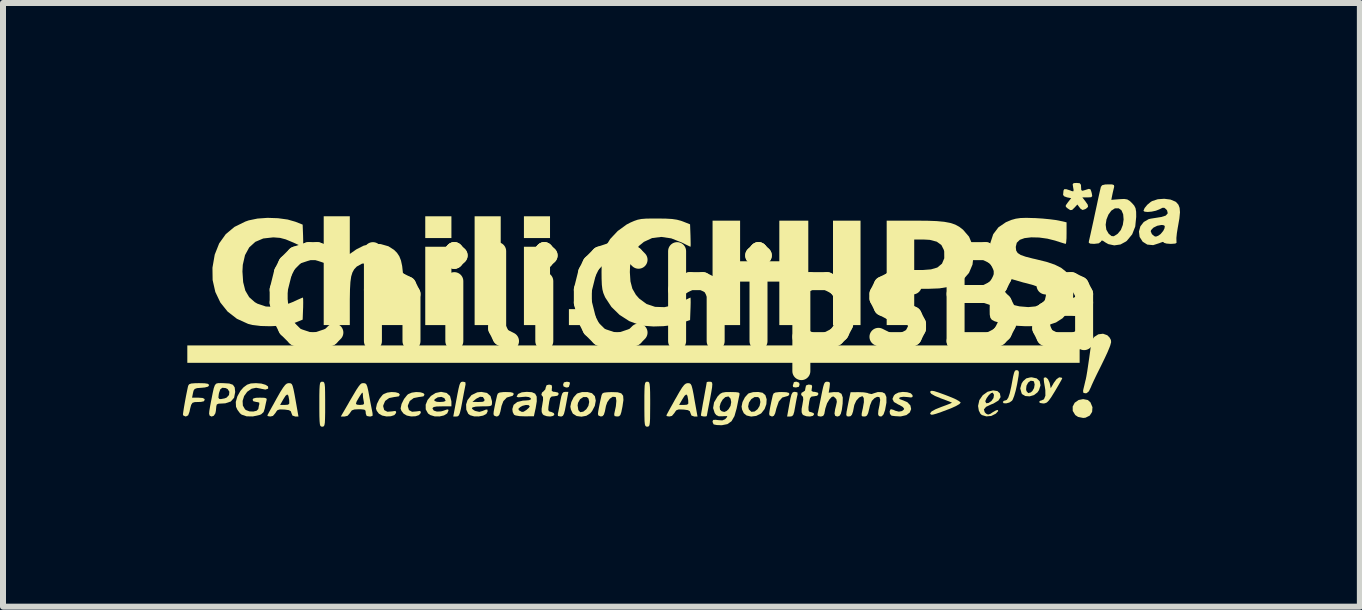
<source format=kicad_pcb>
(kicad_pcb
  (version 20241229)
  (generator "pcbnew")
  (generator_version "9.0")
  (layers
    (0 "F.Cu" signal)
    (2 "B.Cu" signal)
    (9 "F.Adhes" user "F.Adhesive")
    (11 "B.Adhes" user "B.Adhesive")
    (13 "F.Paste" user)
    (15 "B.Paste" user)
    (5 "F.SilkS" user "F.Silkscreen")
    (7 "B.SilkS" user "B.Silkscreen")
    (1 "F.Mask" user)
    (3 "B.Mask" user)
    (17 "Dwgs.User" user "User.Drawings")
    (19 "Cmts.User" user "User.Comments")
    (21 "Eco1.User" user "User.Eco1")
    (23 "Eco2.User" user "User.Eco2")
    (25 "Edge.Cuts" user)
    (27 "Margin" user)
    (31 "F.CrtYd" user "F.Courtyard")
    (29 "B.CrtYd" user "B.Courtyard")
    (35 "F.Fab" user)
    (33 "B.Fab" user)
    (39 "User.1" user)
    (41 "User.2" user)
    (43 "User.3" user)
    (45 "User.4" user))
  (footprint "ChiliChipsBa"
    (layer "F.Cu")
    (at 8.346 1.959)
    (property "Reference" "ChiliChipsBa" (at 0 0 0) (layer "F.SilkS") (effects (font (size 1.5 1.5) (thickness 0.3))))
    (attr board_only exclude_from_pos_files exclude_from_bom)
    (fp_poly (pts (xy -3.87 -1.222) (xy -3.87 -1.04) (xy -4.088 -1.04) (xy -4.306 -1.04) (xy -4.306 -1.222) (xy -4.306 -1.403) (xy -4.088 -1.403) (xy -3.87 -1.403)) (stroke (width 0) (type solid)) (fill yes) (layer "F.SilkS"))
    (fp_poly (pts (xy -3.87 -0.242) (xy -3.87 0.411) (xy -4.088 0.411) (xy -4.306 0.411) (xy -4.306 -0.242) (xy -4.306 -0.895) (xy -4.088 -0.895) (xy -3.87 -0.895)) (stroke (width 0) (type solid)) (fill yes) (layer "F.SilkS"))
    (fp_poly (pts (xy -3.048 -0.496) (xy -3.048 0.411) (xy -3.266 0.411) (xy -3.483 0.411) (xy -3.483 -0.496) (xy -3.483 -1.403) (xy -3.266 -1.403) (xy -3.048 -1.403)) (stroke (width 0) (type solid)) (fill yes) (layer "F.SilkS"))
    (fp_poly (pts (xy -2.226 -1.222) (xy -2.226 -1.04) (xy -2.443 -1.04) (xy -2.661 -1.04) (xy -2.661 -1.222) (xy -2.661 -1.403) (xy -2.443 -1.403) (xy -2.226 -1.403)) (stroke (width 0) (type solid)) (fill yes) (layer "F.SilkS"))
    (fp_poly (pts (xy -2.226 -0.242) (xy -2.226 0.411) (xy -2.443 0.411) (xy -2.661 0.411) (xy -2.661 -0.242) (xy -2.661 -0.895) (xy -2.443 -0.895) (xy -2.226 -0.895)) (stroke (width 0) (type solid)) (fill yes) (layer "F.SilkS"))
    (fp_poly (pts (xy -1.645 0.278) (xy -1.645 0.411) (xy -1.778 0.411) (xy -1.911 0.411) (xy -1.911 0.278) (xy -1.911 0.145) (xy -1.778 0.145) (xy -1.645 0.145)) (stroke (width 0) (type solid)) (fill yes) (layer "F.SilkS"))
    (fp_poly (pts (xy 2.951 -0.46) (xy 2.951 0.411) (xy 2.721 0.411) (xy 2.492 0.411) (xy 2.492 -0.46) (xy 2.492 -1.33) (xy 2.721 -1.33) (xy 2.951 -1.33)) (stroke (width 0) (type solid)) (fill yes) (layer "F.SilkS"))
    (fp_poly (pts (xy 6.604 0.895) (xy 6.604 1.04) (xy -0.835 1.04) (xy -8.273 1.04) (xy -8.273 0.895) (xy -8.273 0.75) (xy -0.835 0.75) (xy 6.604 0.75)) (stroke (width 0) (type solid)) (fill yes) (layer "F.SilkS"))
    (fp_poly (pts (xy -1.9 1.362) (xy -1.894 1.388) (xy -1.896 1.393) (xy -1.909 1.431) (xy -1.911 1.441) (xy -1.931 1.45) (xy -1.959 1.451) (xy -2 1.434) (xy -2.008 1.403) (xy -1.994 1.366) (xy -1.947 1.355) (xy -1.945 1.355)) (stroke (width 0) (type solid)) (fill yes) (layer "F.SilkS"))
    (fp_poly (pts (xy 1.927 1.372) (xy 1.935 1.403) (xy 1.922 1.44) (xy 1.874 1.451) (xy 1.872 1.451) (xy 1.828 1.444) (xy 1.822 1.419) (xy 1.824 1.413) (xy 1.837 1.375) (xy 1.838 1.365) (xy 1.859 1.357) (xy 1.887 1.355)) (stroke (width 0) (type solid)) (fill yes) (layer "F.SilkS"))
    (fp_poly (pts (xy 6.74 1.66) (xy 6.784 1.699) (xy 6.818 1.78) (xy 6.812 1.858) (xy 6.772 1.92) (xy 6.702 1.955) (xy 6.663 1.959) (xy 6.578 1.942) (xy 6.531 1.911) (xy 6.489 1.842) (xy 6.488 1.769) (xy 6.522 1.705) (xy 6.586 1.66) (xy 6.663 1.645)) (stroke (width 0) (type solid)) (fill yes) (layer "F.SilkS"))
    (fp_poly (pts (xy -1.958 1.73) (xy -1.977 1.829) (xy -1.993 1.89) (xy -2.01 1.922) (xy -2.032 1.934) (xy -2.051 1.935) (xy -2.093 1.926) (xy -2.096 1.893) (xy -2.096 1.893) (xy -2.086 1.848) (xy -2.071 1.773) (xy -2.056 1.687) (xy -2.038 1.6) (xy -2.022 1.551) (xy -2.001 1.529) (xy -1.973 1.524) (xy -1.92 1.524)) (stroke (width 0) (type solid)) (fill yes) (layer "F.SilkS"))
    (fp_poly (pts (xy 1.899 1.533) (xy 1.902 1.565) (xy 1.902 1.566) (xy 1.891 1.611) (xy 1.876 1.687) (xy 1.861 1.772) (xy 1.845 1.859) (xy 1.829 1.909) (xy 1.808 1.93) (xy 1.78 1.935) (xy 1.727 1.935) (xy 1.764 1.73) (xy 1.783 1.63) (xy 1.799 1.569) (xy 1.816 1.537) (xy 1.839 1.525) (xy 1.858 1.524)) (stroke (width 0) (type solid)) (fill yes) (layer "F.SilkS"))
    (fp_poly (pts (xy -3.637 1.364) (xy -3.634 1.402) (xy -3.636 1.409) (xy -3.645 1.456) (xy -3.661 1.537) (xy -3.68 1.638) (xy -3.691 1.699) (xy -3.712 1.808) (xy -3.729 1.877) (xy -3.745 1.915) (xy -3.765 1.932) (xy -3.787 1.935) (xy -3.839 1.935) (xy -3.795 1.699) (xy -3.77 1.565) (xy -3.751 1.471) (xy -3.736 1.411) (xy -3.722 1.376) (xy -3.707 1.36) (xy -3.688 1.355) (xy -3.674 1.355)) (stroke (width 0) (type solid)) (fill yes) (layer "F.SilkS"))
    (fp_poly (pts (xy -2.883 1.53) (xy -2.841 1.541) (xy -2.83 1.561) (xy -2.85 1.591) (xy -2.873 1.597) (xy -2.947 1.619) (xy -3.004 1.679) (xy -3.034 1.759) (xy -3.053 1.851) (xy -3.07 1.904) (xy -3.092 1.929) (xy -3.122 1.935) (xy -3.161 1.918) (xy -3.168 1.893) (xy -3.165 1.854) (xy -3.153 1.789) (xy -3.133 1.691) (xy -3.108 1.581) (xy -3.095 1.551) (xy -3.065 1.535) (xy -3.005 1.528) (xy -2.964 1.527)) (stroke (width 0) (type solid)) (fill yes) (layer "F.SilkS"))
    (fp_poly (pts (xy 1.713 1.53) (xy 1.755 1.541) (xy 1.766 1.561) (xy 1.746 1.591) (xy 1.723 1.597) (xy 1.646 1.619) (xy 1.588 1.685) (xy 1.55 1.795) (xy 1.548 1.802) (xy 1.528 1.881) (xy 1.507 1.922) (xy 1.478 1.935) (xy 1.474 1.935) (xy 1.435 1.918) (xy 1.428 1.893) (xy 1.432 1.854) (xy 1.443 1.789) (xy 1.463 1.691) (xy 1.488 1.581) (xy 1.501 1.551) (xy 1.531 1.535) (xy 1.591 1.528) (xy 1.633 1.527)) (stroke (width 0) (type solid)) (fill yes) (layer "F.SilkS"))
    (fp_poly (pts (xy 0.943 -0.992) (xy 0.943 -0.653) (xy 1.27 -0.653) (xy 1.597 -0.653) (xy 1.597 -0.992) (xy 1.597 -1.33) (xy 1.838 -1.33) (xy 2.08 -1.33) (xy 2.08 -0.46) (xy 2.08 0.411) (xy 1.838 0.411) (xy 1.597 0.411) (xy 1.597 0.048) (xy 1.597 -0.314) (xy 1.27 -0.314) (xy 0.943 -0.314) (xy 0.943 0.048) (xy 0.943 0.411) (xy 0.714 0.411) (xy 0.484 0.411) (xy 0.484 -0.46) (xy 0.484 -1.33) (xy 0.714 -1.33) (xy 0.943 -1.33)) (stroke (width 0) (type solid)) (fill yes) (layer "F.SilkS"))
    (fp_poly (pts (xy 0.46 1.357) (xy 0.475 1.369) (xy 0.48 1.397) (xy 0.476 1.45) (xy 0.462 1.534) (xy 0.439 1.658) (xy 0.436 1.674) (xy 0.416 1.777) (xy 0.4 1.861) (xy 0.39 1.915) (xy 0.387 1.929) (xy 0.367 1.934) (xy 0.339 1.935) (xy 0.299 1.927) (xy 0.29 1.916) (xy 0.294 1.885) (xy 0.306 1.818) (xy 0.322 1.724) (xy 0.339 1.633) (xy 0.358 1.526) (xy 0.374 1.439) (xy 0.384 1.381) (xy 0.387 1.362) (xy 0.407 1.356) (xy 0.435 1.355)) (stroke (width 0) (type solid)) (fill yes) (layer "F.SilkS"))
    (fp_poly (pts (xy 5.57 1.165) (xy 5.585 1.175) (xy 5.591 1.203) (xy 5.586 1.256) (xy 5.571 1.344) (xy 5.561 1.4) (xy 5.538 1.504) (xy 5.512 1.594) (xy 5.487 1.656) (xy 5.476 1.672) (xy 5.433 1.702) (xy 5.381 1.716) (xy 5.338 1.714) (xy 5.322 1.693) (xy 5.342 1.672) (xy 5.359 1.669) (xy 5.389 1.658) (xy 5.415 1.619) (xy 5.439 1.547) (xy 5.464 1.436) (xy 5.476 1.371) (xy 5.495 1.269) (xy 5.511 1.205) (xy 5.526 1.172) (xy 5.546 1.162)) (stroke (width 0) (type solid)) (fill yes) (layer "F.SilkS"))
    (fp_poly (pts (xy -6.005 1.357) (xy -5.992 1.369) (xy -5.983 1.397) (xy -5.978 1.448) (xy -5.976 1.53) (xy -5.975 1.65) (xy -5.975 1.73) (xy -5.975 1.872) (xy -5.977 1.973) (xy -5.98 2.039) (xy -5.987 2.079) (xy -5.998 2.098) (xy -6.013 2.104) (xy -6.023 2.105) (xy -6.042 2.102) (xy -6.055 2.091) (xy -6.063 2.063) (xy -6.068 2.011) (xy -6.071 1.929) (xy -6.072 1.809) (xy -6.072 1.73) (xy -6.072 1.588) (xy -6.07 1.487) (xy -6.066 1.42) (xy -6.06 1.381) (xy -6.049 1.361) (xy -6.034 1.355) (xy -6.023 1.355)) (stroke (width 0) (type solid)) (fill yes) (layer "F.SilkS"))
    (fp_poly (pts (xy -0.586 1.357) (xy -0.573 1.369) (xy -0.565 1.397) (xy -0.56 1.448) (xy -0.557 1.53) (xy -0.556 1.65) (xy -0.556 1.73) (xy -0.557 1.872) (xy -0.558 1.973) (xy -0.562 2.039) (xy -0.568 2.079) (xy -0.579 2.098) (xy -0.595 2.104) (xy -0.605 2.105) (xy -0.623 2.102) (xy -0.636 2.091) (xy -0.645 2.063) (xy -0.65 2.011) (xy -0.652 1.929) (xy -0.653 1.809) (xy -0.653 1.73) (xy -0.653 1.588) (xy -0.651 1.487) (xy -0.648 1.42) (xy -0.641 1.381) (xy -0.63 1.361) (xy -0.615 1.355) (xy -0.605 1.355)) (stroke (width 0) (type solid)) (fill yes) (layer "F.SilkS"))
    (fp_poly (pts (xy -4.8 1.531) (xy -4.749 1.546) (xy -4.729 1.572) (xy -4.747 1.599) (xy -4.804 1.608) (xy -4.817 1.609) (xy -4.909 1.627) (xy -4.975 1.676) (xy -5.006 1.749) (xy -5.007 1.768) (xy -4.99 1.828) (xy -4.937 1.856) (xy -4.853 1.849) (xy -4.85 1.848) (xy -4.804 1.842) (xy -4.791 1.859) (xy -4.794 1.878) (xy -4.822 1.912) (xy -4.88 1.931) (xy -4.953 1.934) (xy -5.025 1.919) (xy -5.079 1.888) (xy -5.115 1.84) (xy -5.128 1.801) (xy -5.112 1.726) (xy -5.071 1.643) (xy -5.019 1.576) (xy -4.999 1.561) (xy -4.941 1.537) (xy -4.87 1.527)) (stroke (width 0) (type solid)) (fill yes) (layer "F.SilkS"))
    (fp_poly (pts (xy -4.389 1.531) (xy -4.337 1.546) (xy -4.318 1.572) (xy -4.336 1.599) (xy -4.392 1.608) (xy -4.406 1.609) (xy -4.498 1.627) (xy -4.564 1.676) (xy -4.595 1.749) (xy -4.596 1.768) (xy -4.578 1.828) (xy -4.526 1.856) (xy -4.442 1.849) (xy -4.439 1.848) (xy -4.393 1.842) (xy -4.38 1.859) (xy -4.382 1.878) (xy -4.411 1.912) (xy -4.469 1.931) (xy -4.542 1.934) (xy -4.614 1.919) (xy -4.667 1.888) (xy -4.704 1.84) (xy -4.717 1.801) (xy -4.701 1.726) (xy -4.66 1.643) (xy -4.607 1.576) (xy -4.588 1.561) (xy -4.53 1.537) (xy -4.458 1.527)) (stroke (width 0) (type solid)) (fill yes) (layer "F.SilkS"))
    (fp_poly (pts (xy 5.889 1.3) (xy 5.938 1.347) (xy 5.952 1.415) (xy 5.926 1.496) (xy 5.901 1.533) (xy 5.843 1.578) (xy 5.77 1.599) (xy 5.699 1.594) (xy 5.646 1.563) (xy 5.637 1.55) (xy 5.618 1.482) (xy 5.711 1.482) (xy 5.718 1.512) (xy 5.747 1.545) (xy 5.79 1.533) (xy 5.816 1.51) (xy 5.844 1.461) (xy 5.854 1.402) (xy 5.843 1.355) (xy 5.832 1.344) (xy 5.787 1.339) (xy 5.746 1.369) (xy 5.718 1.421) (xy 5.711 1.482) (xy 5.618 1.482) (xy 5.614 1.466) (xy 5.637 1.384) (xy 5.662 1.346) (xy 5.713 1.3) (xy 5.78 1.283) (xy 5.807 1.282)) (stroke (width 0) (type solid)) (fill yes) (layer "F.SilkS"))
    (fp_poly (pts (xy 6.307 1.289) (xy 6.314 1.297) (xy 6.302 1.323) (xy 6.27 1.38) (xy 6.224 1.459) (xy 6.191 1.515) (xy 6.133 1.609) (xy 6.09 1.669) (xy 6.057 1.702) (xy 6.024 1.715) (xy 5.998 1.718) (xy 5.947 1.71) (xy 5.927 1.693) (xy 5.946 1.672) (xy 5.962 1.669) (xy 6.009 1.648) (xy 6.033 1.589) (xy 6.032 1.495) (xy 6.023 1.436) (xy 6.01 1.361) (xy 6.005 1.307) (xy 6.008 1.289) (xy 6.041 1.282) (xy 6.076 1.312) (xy 6.102 1.369) (xy 6.106 1.383) (xy 6.122 1.464) (xy 6.174 1.373) (xy 6.218 1.314) (xy 6.26 1.284) (xy 6.27 1.282)) (stroke (width 0) (type solid)) (fill yes) (layer "F.SilkS"))
    (fp_poly (pts (xy 1.318 1.539) (xy 1.365 1.58) (xy 1.386 1.648) (xy 1.381 1.729) (xy 1.352 1.81) (xy 1.3 1.877) (xy 1.29 1.886) (xy 1.212 1.925) (xy 1.127 1.936) (xy 1.051 1.918) (xy 1.005 1.881) (xy 0.976 1.819) (xy 0.968 1.771) (xy 0.968 1.767) (xy 1.077 1.767) (xy 1.089 1.816) (xy 1.131 1.857) (xy 1.184 1.852) (xy 1.234 1.814) (xy 1.268 1.759) (xy 1.281 1.694) (xy 1.271 1.638) (xy 1.244 1.611) (xy 1.184 1.611) (xy 1.13 1.645) (xy 1.091 1.702) (xy 1.077 1.767) (xy 0.968 1.767) (xy 0.983 1.694) (xy 1.023 1.615) (xy 1.074 1.558) (xy 1.087 1.549) (xy 1.159 1.529) (xy 1.246 1.526)) (stroke (width 0) (type solid)) (fill yes) (layer "F.SilkS"))
    (fp_poly (pts (xy 4.179 1.512) (xy 4.249 1.534) (xy 4.354 1.572) (xy 4.424 1.599) (xy 4.514 1.636) (xy 4.581 1.671) (xy 4.617 1.698) (xy 4.62 1.705) (xy 4.599 1.728) (xy 4.542 1.761) (xy 4.46 1.798) (xy 4.424 1.812) (xy 4.299 1.859) (xy 4.212 1.889) (xy 4.157 1.904) (xy 4.126 1.904) (xy 4.114 1.891) (xy 4.112 1.88) (xy 4.135 1.851) (xy 4.202 1.814) (xy 4.294 1.777) (xy 4.378 1.746) (xy 4.442 1.721) (xy 4.473 1.707) (xy 4.475 1.705) (xy 4.454 1.695) (xy 4.399 1.673) (xy 4.319 1.643) (xy 4.294 1.634) (xy 4.192 1.592) (xy 4.13 1.556) (xy 4.112 1.531) (xy 4.118 1.512) (xy 4.138 1.506)) (stroke (width 0) (type solid)) (fill yes) (layer "F.SilkS"))
    (fp_poly (pts (xy -1.528 1.546) (xy -1.525 1.548) (xy -1.478 1.597) (xy -1.463 1.671) (xy -1.479 1.757) (xy -1.524 1.844) (xy -1.554 1.881) (xy -1.62 1.923) (xy -1.702 1.938) (xy -1.782 1.927) (xy -1.842 1.89) (xy -1.849 1.881) (xy -1.878 1.819) (xy -1.887 1.771) (xy -1.883 1.75) (xy -1.766 1.75) (xy -1.754 1.828) (xy -1.722 1.863) (xy -1.671 1.854) (xy -1.621 1.814) (xy -1.586 1.758) (xy -1.573 1.693) (xy -1.584 1.637) (xy -1.612 1.611) (xy -1.671 1.611) (xy -1.725 1.647) (xy -1.759 1.707) (xy -1.766 1.75) (xy -1.883 1.75) (xy -1.871 1.694) (xy -1.832 1.615) (xy -1.781 1.558) (xy -1.767 1.549) (xy -1.693 1.528) (xy -1.603 1.527)) (stroke (width 0) (type solid)) (fill yes) (layer "F.SilkS"))
    (fp_poly (pts (xy 7.065 0.58) (xy 7.102 0.617) (xy 7.125 0.658) (xy 7.129 0.695) (xy 7.115 0.748) (xy 7.099 0.791) (xy 7.069 0.863) (xy 7.023 0.962) (xy 6.97 1.071) (xy 6.944 1.124) (xy 6.891 1.23) (xy 6.842 1.332) (xy 6.804 1.415) (xy 6.792 1.445) (xy 6.758 1.515) (xy 6.722 1.545) (xy 6.702 1.548) (xy 6.667 1.541) (xy 6.661 1.509) (xy 6.666 1.482) (xy 6.683 1.412) (xy 6.702 1.331) (xy 6.705 1.322) (xy 6.716 1.268) (xy 6.731 1.18) (xy 6.747 1.072) (xy 6.764 0.956) (xy 6.779 0.847) (xy 6.791 0.756) (xy 6.797 0.696) (xy 6.797 0.688) (xy 6.813 0.653) (xy 6.847 0.609) (xy 6.915 0.565) (xy 6.994 0.555)) (stroke (width 0) (type solid)) (fill yes) (layer "F.SilkS"))
    (fp_poly (pts (xy -1.1 1.531) (xy -1.038 1.549) (xy -1.007 1.589) (xy -1.002 1.66) (xy -1.018 1.768) (xy -1.02 1.778) (xy -1.037 1.862) (xy -1.053 1.91) (xy -1.075 1.931) (xy -1.107 1.935) (xy -1.107 1.935) (xy -1.15 1.928) (xy -1.156 1.896) (xy -1.153 1.881) (xy -1.128 1.764) (xy -1.12 1.675) (xy -1.127 1.621) (xy -1.135 1.61) (xy -1.181 1.606) (xy -1.23 1.639) (xy -1.271 1.696) (xy -1.293 1.758) (xy -1.311 1.85) (xy -1.328 1.904) (xy -1.35 1.929) (xy -1.38 1.935) (xy -1.38 1.935) (xy -1.42 1.918) (xy -1.427 1.893) (xy -1.423 1.855) (xy -1.412 1.793) (xy -1.393 1.698) (xy -1.367 1.582) (xy -1.355 1.554) (xy -1.328 1.538) (xy -1.274 1.531) (xy -1.198 1.528)) (stroke (width 0) (type solid)) (fill yes) (layer "F.SilkS"))
    (fp_poly (pts (xy -2.2 1.411) (xy -2.192 1.444) (xy -2.195 1.464) (xy -2.197 1.508) (xy -2.169 1.523) (xy -2.144 1.524) (xy -2.093 1.536) (xy -2.08 1.56) (xy -2.102 1.589) (xy -2.152 1.597) (xy -2.2 1.602) (xy -2.225 1.629) (xy -2.239 1.687) (xy -2.252 1.773) (xy -2.255 1.823) (xy -2.245 1.847) (xy -2.22 1.856) (xy -2.207 1.858) (xy -2.165 1.877) (xy -2.153 1.901) (xy -2.173 1.925) (xy -2.221 1.935) (xy -2.28 1.93) (xy -2.331 1.912) (xy -2.348 1.897) (xy -2.365 1.861) (xy -2.366 1.807) (xy -2.354 1.734) (xy -2.342 1.66) (xy -2.343 1.612) (xy -2.349 1.601) (xy -2.37 1.574) (xy -2.36 1.536) (xy -2.334 1.515) (xy -2.304 1.482) (xy -2.298 1.452) (xy -2.283 1.413) (xy -2.241 1.403)) (stroke (width 0) (type solid)) (fill yes) (layer "F.SilkS"))
    (fp_poly (pts (xy 2.136 1.409) (xy 2.144 1.439) (xy 2.139 1.464) (xy 2.134 1.508) (xy 2.16 1.523) (xy 2.187 1.524) (xy 2.237 1.536) (xy 2.25 1.56) (xy 2.228 1.589) (xy 2.18 1.597) (xy 2.133 1.603) (xy 2.109 1.63) (xy 2.096 1.687) (xy 2.083 1.778) (xy 2.084 1.832) (xy 2.099 1.857) (xy 2.129 1.863) (xy 2.168 1.878) (xy 2.177 1.899) (xy 2.157 1.924) (xy 2.109 1.935) (xy 2.05 1.931) (xy 2 1.913) (xy 1.984 1.9) (xy 1.969 1.865) (xy 1.969 1.808) (xy 1.982 1.737) (xy 1.996 1.652) (xy 1.992 1.608) (xy 1.985 1.601) (xy 1.961 1.575) (xy 1.966 1.541) (xy 1.996 1.524) (xy 2.025 1.503) (xy 2.032 1.464) (xy 2.042 1.418) (xy 2.081 1.403) (xy 2.093 1.403)) (stroke (width 0) (type solid)) (fill yes) (layer "F.SilkS"))
    (fp_poly (pts (xy -7.986 1.381) (xy -7.933 1.389) (xy -7.912 1.405) (xy -7.91 1.414) (xy -7.927 1.437) (xy -7.981 1.451) (xy -8.036 1.456) (xy -8.111 1.462) (xy -8.15 1.476) (xy -8.169 1.504) (xy -8.178 1.542) (xy -8.194 1.621) (xy -8.089 1.621) (xy -8.018 1.626) (xy -7.987 1.643) (xy -7.983 1.657) (xy -7.997 1.681) (xy -8.046 1.692) (xy -8.09 1.693) (xy -8.15 1.695) (xy -8.187 1.707) (xy -8.209 1.741) (xy -8.226 1.805) (xy -8.237 1.857) (xy -8.259 1.916) (xy -8.297 1.935) (xy -8.299 1.935) (xy -8.337 1.921) (xy -8.346 1.902) (xy -8.341 1.862) (xy -8.33 1.79) (xy -8.314 1.698) (xy -8.296 1.6) (xy -8.278 1.511) (xy -8.264 1.444) (xy -8.258 1.421) (xy -8.243 1.398) (xy -8.208 1.385) (xy -8.143 1.38) (xy -8.078 1.379)) (stroke (width 0) (type solid)) (fill yes) (layer "F.SilkS"))
    (fp_poly (pts (xy -5.564 -1.089) (xy -5.564 -0.775) (xy -5.456 -0.851) (xy -5.331 -0.914) (xy -5.191 -0.944) (xy -5.05 -0.94) (xy -4.92 -0.903) (xy -4.826 -0.843) (xy -4.777 -0.794) (xy -4.739 -0.737) (xy -4.711 -0.666) (xy -4.691 -0.574) (xy -4.678 -0.456) (xy -4.671 -0.304) (xy -4.669 -0.112) (xy -4.669 -0.056) (xy -4.669 0.411) (xy -4.884 0.411) (xy -5.099 0.411) (xy -5.108 -0.051) (xy -5.116 -0.512) (xy -5.187 -0.573) (xy -5.27 -0.617) (xy -5.359 -0.614) (xy -5.446 -0.566) (xy -5.451 -0.562) (xy -5.491 -0.519) (xy -5.52 -0.467) (xy -5.541 -0.399) (xy -5.554 -0.306) (xy -5.561 -0.182) (xy -5.564 -0.018) (xy -5.564 0.023) (xy -5.564 0.411) (xy -5.782 0.411) (xy -5.999 0.411) (xy -5.999 -0.496) (xy -5.999 -1.403) (xy -5.782 -1.403) (xy -5.564 -1.403)) (stroke (width 0) (type solid)) (fill yes) (layer "F.SilkS"))
    (fp_poly (pts (xy 3.728 1.53) (xy 3.788 1.548) (xy 3.818 1.579) (xy 3.818 1.581) (xy 3.818 1.609) (xy 3.794 1.618) (xy 3.734 1.611) (xy 3.734 1.611) (xy 3.666 1.606) (xy 3.617 1.613) (xy 3.593 1.627) (xy 3.604 1.645) (xy 3.642 1.659) (xy 3.731 1.696) (xy 3.782 1.75) (xy 3.795 1.811) (xy 3.772 1.868) (xy 3.715 1.912) (xy 3.625 1.933) (xy 3.598 1.933) (xy 3.527 1.929) (xy 3.474 1.922) (xy 3.465 1.919) (xy 3.442 1.892) (xy 3.436 1.851) (xy 3.448 1.819) (xy 3.461 1.814) (xy 3.502 1.825) (xy 3.534 1.84) (xy 3.59 1.854) (xy 3.643 1.844) (xy 3.675 1.817) (xy 3.677 1.804) (xy 3.656 1.777) (xy 3.605 1.746) (xy 3.58 1.735) (xy 3.508 1.693) (xy 3.483 1.643) (xy 3.506 1.587) (xy 3.529 1.563) (xy 3.583 1.536) (xy 3.654 1.525)) (stroke (width 0) (type solid)) (fill yes) (layer "F.SilkS"))
    (fp_poly (pts (xy -3.277 1.542) (xy -3.218 1.594) (xy -3.194 1.679) (xy -3.193 1.699) (xy -3.195 1.734) (xy -3.207 1.754) (xy -3.241 1.763) (xy -3.307 1.766) (xy -3.362 1.766) (xy -3.463 1.77) (xy -3.519 1.783) (xy -3.528 1.805) (xy -3.491 1.833) (xy -3.471 1.843) (xy -3.404 1.858) (xy -3.349 1.842) (xy -3.295 1.82) (xy -3.271 1.819) (xy -3.266 1.843) (xy -3.266 1.85) (xy -3.287 1.891) (xy -3.341 1.92) (xy -3.414 1.934) (xy -3.491 1.933) (xy -3.557 1.914) (xy -3.589 1.891) (xy -3.622 1.821) (xy -3.625 1.734) (xy -3.611 1.692) (xy -3.52 1.692) (xy -3.415 1.693) (xy -3.349 1.69) (xy -3.321 1.677) (xy -3.319 1.651) (xy -3.345 1.61) (xy -3.393 1.606) (xy -3.455 1.638) (xy -3.461 1.643) (xy -3.52 1.692) (xy -3.611 1.692) (xy -3.602 1.662) (xy -3.534 1.577) (xy -3.439 1.532) (xy -3.37 1.525)) (stroke (width 0) (type solid)) (fill yes) (layer "F.SilkS"))
    (fp_poly (pts (xy 4.057 -1.329) (xy 4.219 -1.323) (xy 4.347 -1.311) (xy 4.448 -1.292) (xy 4.529 -1.265) (xy 4.597 -1.228) (xy 4.659 -1.18) (xy 4.661 -1.178) (xy 4.76 -1.063) (xy 4.818 -0.924) (xy 4.837 -0.762) (xy 4.818 -0.598) (xy 4.759 -0.459) (xy 4.661 -0.346) (xy 4.557 -0.275) (xy 4.427 -0.228) (xy 4.265 -0.201) (xy 4.084 -0.194) (xy 3.846 -0.194) (xy 3.846 0.109) (xy 3.846 0.411) (xy 3.616 0.411) (xy 3.387 0.411) (xy 3.387 -0.46) (xy 3.387 -0.762) (xy 3.846 -0.762) (xy 3.846 -0.508) (xy 3.997 -0.508) (xy 4.126 -0.518) (xy 4.226 -0.547) (xy 4.233 -0.55) (xy 4.309 -0.613) (xy 4.347 -0.703) (xy 4.346 -0.816) (xy 4.34 -0.842) (xy 4.299 -0.924) (xy 4.221 -0.98) (xy 4.105 -1.01) (xy 3.997 -1.016) (xy 3.846 -1.016) (xy 3.846 -0.762) (xy 3.387 -0.762) (xy 3.387 -1.33) (xy 3.854 -1.33)) (stroke (width 0) (type solid)) (fill yes) (layer "F.SilkS"))
    (fp_poly (pts (xy -3.951 1.542) (xy -3.893 1.593) (xy -3.871 1.678) (xy -3.87 1.689) (xy -3.87 1.766) (xy -4.028 1.766) (xy -4.116 1.768) (xy -4.165 1.777) (xy -4.184 1.794) (xy -4.185 1.802) (xy -4.164 1.836) (xy -4.112 1.853) (xy -4.044 1.85) (xy -4.007 1.84) (xy -3.95 1.82) (xy -3.925 1.817) (xy -3.919 1.832) (xy -3.919 1.837) (xy -3.94 1.884) (xy -3.994 1.917) (xy -4.068 1.934) (xy -4.149 1.933) (xy -4.222 1.911) (xy -4.26 1.884) (xy -4.298 1.816) (xy -4.299 1.738) (xy -4.273 1.674) (xy -4.154 1.674) (xy -4.113 1.69) (xy -4.064 1.693) (xy -4.003 1.689) (xy -3.97 1.677) (xy -3.967 1.672) (xy -3.987 1.629) (xy -4.036 1.608) (xy -4.096 1.615) (xy -4.101 1.617) (xy -4.151 1.649) (xy -4.154 1.674) (xy -4.273 1.674) (xy -4.268 1.66) (xy -4.211 1.592) (xy -4.134 1.543) (xy -4.044 1.524) (xy -4.043 1.524)) (stroke (width 0) (type solid)) (fill yes) (layer "F.SilkS"))
    (fp_poly (pts (xy -2.528 1.53) (xy -2.474 1.554) (xy -2.448 1.603) (xy -2.447 1.682) (xy -2.466 1.799) (xy -2.469 1.811) (xy -2.495 1.931) (xy -2.647 1.932) (xy -2.732 1.929) (xy -2.798 1.918) (xy -2.826 1.905) (xy -2.848 1.861) (xy -2.854 1.811) (xy -2.853 1.807) (xy -2.754 1.807) (xy -2.746 1.829) (xy -2.734 1.838) (xy -2.696 1.858) (xy -2.665 1.855) (xy -2.618 1.825) (xy -2.578 1.789) (xy -2.564 1.765) (xy -2.584 1.745) (xy -2.63 1.743) (xy -2.685 1.757) (xy -2.723 1.778) (xy -2.754 1.807) (xy -2.853 1.807) (xy -2.833 1.741) (xy -2.772 1.693) (xy -2.677 1.67) (xy -2.643 1.669) (xy -2.574 1.663) (xy -2.542 1.647) (xy -2.551 1.626) (xy -2.58 1.611) (xy -2.63 1.605) (xy -2.697 1.61) (xy -2.7 1.611) (xy -2.755 1.615) (xy -2.781 1.607) (xy -2.782 1.604) (xy -2.76 1.56) (xy -2.697 1.532) (xy -2.613 1.524)) (stroke (width 0) (type solid)) (fill yes) (layer "F.SilkS"))
    (fp_poly (pts (xy 5.233 1.511) (xy 5.273 1.548) (xy 5.274 1.548) (xy 5.286 1.612) (xy 5.25 1.669) (xy 5.167 1.719) (xy 5.128 1.734) (xy 5.044 1.774) (xy 5.008 1.817) (xy 5.021 1.863) (xy 5.045 1.888) (xy 5.077 1.903) (xy 5.115 1.891) (xy 5.155 1.864) (xy 5.211 1.832) (xy 5.243 1.827) (xy 5.245 1.846) (xy 5.209 1.885) (xy 5.204 1.889) (xy 5.13 1.926) (xy 5.048 1.933) (xy 4.975 1.911) (xy 4.951 1.891) (xy 4.923 1.836) (xy 4.911 1.763) (xy 4.911 1.756) (xy 4.927 1.685) (xy 5.032 1.685) (xy 5.047 1.714) (xy 5.086 1.709) (xy 5.133 1.677) (xy 5.168 1.627) (xy 5.176 1.573) (xy 5.155 1.537) (xy 5.127 1.545) (xy 5.089 1.58) (xy 5.054 1.628) (xy 5.033 1.673) (xy 5.032 1.685) (xy 4.927 1.685) (xy 4.932 1.662) (xy 4.989 1.58) (xy 5.07 1.522) (xy 5.161 1.5) (xy 5.161 1.5)) (stroke (width 0) (type solid)) (fill yes) (layer "F.SilkS"))
    (fp_poly (pts (xy -7.673 1.379) (xy -7.574 1.385) (xy -7.513 1.406) (xy -7.483 1.45) (xy -7.475 1.523) (xy -7.475 1.528) (xy -7.493 1.622) (xy -7.548 1.685) (xy -7.639 1.715) (xy -7.685 1.718) (xy -7.751 1.721) (xy -7.781 1.734) (xy -7.79 1.766) (xy -7.79 1.772) (xy -7.797 1.842) (xy -7.805 1.881) (xy -7.831 1.922) (xy -7.869 1.936) (xy -7.901 1.92) (xy -7.91 1.888) (xy -7.906 1.842) (xy -7.893 1.765) (xy -7.876 1.673) (xy -7.874 1.665) (xy -7.865 1.62) (xy -7.755 1.62) (xy -7.741 1.642) (xy -7.715 1.645) (xy -7.651 1.633) (xy -7.618 1.62) (xy -7.578 1.577) (xy -7.572 1.523) (xy -7.6 1.478) (xy -7.634 1.461) (xy -7.689 1.456) (xy -7.723 1.481) (xy -7.745 1.544) (xy -7.749 1.566) (xy -7.755 1.62) (xy -7.865 1.62) (xy -7.85 1.544) (xy -7.832 1.463) (xy -7.814 1.414) (xy -7.793 1.388) (xy -7.761 1.379) (xy -7.713 1.378)) (stroke (width 0) (type solid)) (fill yes) (layer "F.SilkS"))
    (fp_poly (pts (xy -6.553 1.381) (xy -6.533 1.393) (xy -6.518 1.423) (xy -6.503 1.479) (xy -6.485 1.569) (xy -6.469 1.657) (xy -6.42 1.935) (xy -6.474 1.935) (xy -6.521 1.919) (xy -6.536 1.881) (xy -6.548 1.847) (xy -6.58 1.829) (xy -6.645 1.82) (xy -6.658 1.819) (xy -6.73 1.817) (xy -6.77 1.829) (xy -6.794 1.859) (xy -6.801 1.873) (xy -6.845 1.925) (xy -6.888 1.935) (xy -6.929 1.929) (xy -6.939 1.916) (xy -6.924 1.889) (xy -6.891 1.828) (xy -6.844 1.743) (xy -6.843 1.742) (xy -6.726 1.742) (xy -6.646 1.742) (xy -6.593 1.738) (xy -6.573 1.719) (xy -6.574 1.668) (xy -6.575 1.657) (xy -6.588 1.589) (xy -6.607 1.567) (xy -6.636 1.59) (xy -6.672 1.647) (xy -6.726 1.742) (xy -6.843 1.742) (xy -6.788 1.642) (xy -6.786 1.638) (xy -6.723 1.527) (xy -6.676 1.453) (xy -6.641 1.408) (xy -6.612 1.385) (xy -6.583 1.379) (xy -6.579 1.379)) (stroke (width 0) (type solid)) (fill yes) (layer "F.SilkS"))
    (fp_poly (pts (xy 0.099 1.381) (xy 0.119 1.393) (xy 0.135 1.423) (xy 0.15 1.479) (xy 0.168 1.569) (xy 0.183 1.657) (xy 0.233 1.935) (xy 0.178 1.935) (xy 0.132 1.919) (xy 0.117 1.881) (xy 0.105 1.847) (xy 0.073 1.829) (xy 0.008 1.82) (xy -0.006 1.819) (xy -0.078 1.817) (xy -0.117 1.829) (xy -0.142 1.859) (xy -0.149 1.873) (xy -0.193 1.925) (xy -0.236 1.935) (xy -0.277 1.929) (xy -0.286 1.916) (xy -0.272 1.889) (xy -0.239 1.828) (xy -0.192 1.743) (xy -0.191 1.742) (xy -0.074 1.742) (xy 0.007 1.742) (xy 0.06 1.738) (xy 0.08 1.719) (xy 0.078 1.668) (xy 0.077 1.657) (xy 0.065 1.589) (xy 0.046 1.567) (xy 0.017 1.59) (xy -0.019 1.647) (xy -0.074 1.742) (xy -0.191 1.742) (xy -0.136 1.642) (xy -0.133 1.638) (xy -0.07 1.527) (xy -0.024 1.453) (xy 0.011 1.408) (xy 0.041 1.385) (xy 0.07 1.379) (xy 0.073 1.379)) (stroke (width 0) (type solid)) (fill yes) (layer "F.SilkS"))
    (fp_poly (pts (xy 2.431 1.36) (xy 2.441 1.386) (xy 2.435 1.446) (xy 2.435 1.447) (xy 2.42 1.538) (xy 2.505 1.528) (xy 2.585 1.529) (xy 2.634 1.557) (xy 2.655 1.618) (xy 2.653 1.719) (xy 2.653 1.719) (xy 2.639 1.825) (xy 2.622 1.891) (xy 2.599 1.925) (xy 2.566 1.935) (xy 2.562 1.935) (xy 2.529 1.924) (xy 2.517 1.887) (xy 2.527 1.816) (xy 2.542 1.757) (xy 2.556 1.691) (xy 2.549 1.65) (xy 2.528 1.624) (xy 2.499 1.601) (xy 2.472 1.608) (xy 2.433 1.649) (xy 2.393 1.715) (xy 2.365 1.8) (xy 2.36 1.824) (xy 2.347 1.893) (xy 2.328 1.925) (xy 2.294 1.935) (xy 2.283 1.935) (xy 2.239 1.927) (xy 2.233 1.898) (xy 2.234 1.893) (xy 2.244 1.851) (xy 2.26 1.775) (xy 2.279 1.679) (xy 2.286 1.645) (xy 2.31 1.523) (xy 2.328 1.442) (xy 2.343 1.392) (xy 2.358 1.366) (xy 2.377 1.356) (xy 2.4 1.355)) (stroke (width 0) (type solid)) (fill yes) (layer "F.SilkS"))
    (fp_poly (pts (xy 6.606 -1.954) (xy 6.626 -1.927) (xy 6.628 -1.888) (xy 6.631 -1.84) (xy 6.651 -1.828) (xy 6.7 -1.842) (xy 6.702 -1.843) (xy 6.757 -1.86) (xy 6.785 -1.852) (xy 6.8 -1.811) (xy 6.807 -1.784) (xy 6.814 -1.74) (xy 6.797 -1.721) (xy 6.746 -1.718) (xy 6.736 -1.718) (xy 6.649 -1.718) (xy 6.699 -1.654) (xy 6.739 -1.596) (xy 6.744 -1.56) (xy 6.714 -1.532) (xy 6.697 -1.522) (xy 6.653 -1.508) (xy 6.619 -1.529) (xy 6.605 -1.547) (xy 6.566 -1.599) (xy 6.521 -1.55) (xy 6.48 -1.51) (xy 6.448 -1.506) (xy 6.403 -1.535) (xy 6.402 -1.536) (xy 6.374 -1.561) (xy 6.373 -1.586) (xy 6.402 -1.627) (xy 6.41 -1.638) (xy 6.463 -1.705) (xy 6.395 -1.718) (xy 6.346 -1.736) (xy 6.328 -1.76) (xy 6.333 -1.811) (xy 6.334 -1.829) (xy 6.346 -1.854) (xy 6.381 -1.855) (xy 6.447 -1.834) (xy 6.468 -1.825) (xy 6.497 -1.818) (xy 6.504 -1.839) (xy 6.496 -1.883) (xy 6.488 -1.936) (xy 6.504 -1.956) (xy 6.554 -1.959)) (stroke (width 0) (type solid)) (fill yes) (layer "F.SilkS"))
    (fp_poly (pts (xy -5.308 1.382) (xy -5.288 1.399) (xy -5.272 1.438) (xy -5.256 1.507) (xy -5.238 1.603) (xy -5.219 1.707) (xy -5.201 1.799) (xy -5.188 1.864) (xy -5.185 1.881) (xy -5.183 1.921) (xy -5.212 1.934) (xy -5.235 1.935) (xy -5.282 1.926) (xy -5.297 1.89) (xy -5.298 1.875) (xy -5.302 1.838) (xy -5.322 1.821) (xy -5.372 1.815) (xy -5.415 1.814) (xy -5.488 1.818) (xy -5.53 1.833) (xy -5.555 1.866) (xy -5.559 1.875) (xy -5.602 1.924) (xy -5.65 1.935) (xy -5.714 1.935) (xy -5.654 1.832) (xy -5.589 1.72) (xy -5.462 1.72) (xy -5.447 1.737) (xy -5.402 1.742) (xy -5.392 1.742) (xy -5.34 1.737) (xy -5.326 1.717) (xy -5.331 1.687) (xy -5.343 1.618) (xy -5.346 1.572) (xy -5.349 1.54) (xy -5.36 1.54) (xy -5.386 1.577) (xy -5.406 1.609) (xy -5.448 1.68) (xy -5.462 1.72) (xy -5.589 1.72) (xy -5.569 1.684) (xy -5.503 1.572) (xy -5.455 1.491) (xy -5.419 1.437) (xy -5.393 1.404) (xy -5.373 1.386) (xy -5.356 1.38) (xy -5.336 1.379) (xy -5.335 1.379)) (stroke (width 0) (type solid)) (fill yes) (layer "F.SilkS"))
    (fp_poly (pts (xy -7.039 1.386) (xy -6.97 1.406) (xy -6.928 1.433) (xy -6.924 1.465) (xy -6.931 1.473) (xy -6.971 1.486) (xy -7.044 1.472) (xy -7.045 1.471) (xy -7.126 1.456) (xy -7.197 1.471) (xy -7.203 1.473) (xy -7.275 1.523) (xy -7.326 1.594) (xy -7.351 1.675) (xy -7.347 1.753) (xy -7.311 1.815) (xy -7.294 1.828) (xy -7.237 1.85) (xy -7.172 1.852) (xy -7.117 1.839) (xy -7.089 1.81) (xy -7.088 1.802) (xy -7.079 1.751) (xy -7.073 1.732) (xy -7.074 1.703) (xy -7.113 1.693) (xy -7.122 1.693) (xy -7.172 1.681) (xy -7.185 1.657) (xy -7.172 1.634) (xy -7.127 1.623) (xy -7.062 1.621) (xy -6.99 1.623) (xy -6.956 1.632) (xy -6.949 1.653) (xy -6.952 1.663) (xy -6.964 1.715) (xy -6.979 1.786) (xy -6.98 1.795) (xy -7.001 1.861) (xy -7.041 1.898) (xy -7.07 1.91) (xy -7.181 1.934) (xy -7.284 1.932) (xy -7.367 1.904) (xy -7.395 1.881) (xy -7.438 1.823) (xy -7.461 1.773) (xy -7.465 1.692) (xy -7.438 1.598) (xy -7.387 1.507) (xy -7.337 1.45) (xy -7.277 1.405) (xy -7.215 1.384) (xy -7.13 1.379) (xy -7.128 1.379)) (stroke (width 0) (type solid)) (fill yes) (layer "F.SilkS"))
    (fp_poly (pts (xy 0.871 1.529) (xy 0.917 1.535) (xy 0.934 1.549) (xy 0.932 1.575) (xy 0.931 1.581) (xy 0.92 1.63) (xy 0.904 1.71) (xy 0.885 1.802) (xy 0.849 1.929) (xy 0.8 2.014) (xy 0.732 2.062) (xy 0.64 2.08) (xy 0.62 2.08) (xy 0.552 2.077) (xy 0.507 2.068) (xy 0.5 2.064) (xy 0.485 2.028) (xy 0.484 2.014) (xy 0.495 1.992) (xy 0.537 1.99) (xy 0.576 1.995) (xy 0.646 2) (xy 0.692 1.981) (xy 0.707 1.966) (xy 0.73 1.938) (xy 0.722 1.928) (xy 0.675 1.929) (xy 0.654 1.931) (xy 0.587 1.931) (xy 0.546 1.911) (xy 0.52 1.878) (xy 0.493 1.794) (xy 0.497 1.771) (xy 0.602 1.771) (xy 0.609 1.822) (xy 0.635 1.847) (xy 0.68 1.859) (xy 0.717 1.844) (xy 0.751 1.813) (xy 0.784 1.758) (xy 0.795 1.694) (xy 0.784 1.637) (xy 0.752 1.603) (xy 0.745 1.601) (xy 0.696 1.612) (xy 0.652 1.653) (xy 0.619 1.71) (xy 0.602 1.771) (xy 0.497 1.771) (xy 0.509 1.7) (xy 0.567 1.602) (xy 0.572 1.597) (xy 0.609 1.558) (xy 0.648 1.537) (xy 0.703 1.528) (xy 0.788 1.527)) (stroke (width 0) (type solid)) (fill yes) (layer "F.SilkS"))
    (fp_poly (pts (xy 3.313 1.53) (xy 3.358 1.553) (xy 3.382 1.61) (xy 3.383 1.703) (xy 3.36 1.828) (xy 3.335 1.899) (xy 3.306 1.931) (xy 3.287 1.935) (xy 3.257 1.927) (xy 3.244 1.897) (xy 3.248 1.837) (xy 3.267 1.744) (xy 3.279 1.657) (xy 3.266 1.611) (xy 3.227 1.607) (xy 3.184 1.629) (xy 3.14 1.674) (xy 3.109 1.75) (xy 3.097 1.802) (xy 3.078 1.879) (xy 3.058 1.919) (xy 3.031 1.934) (xy 3.013 1.935) (xy 2.982 1.933) (xy 2.969 1.919) (xy 2.971 1.882) (xy 2.986 1.811) (xy 2.989 1.8) (xy 3.007 1.696) (xy 3.005 1.627) (xy 2.984 1.597) (xy 2.978 1.597) (xy 2.928 1.618) (xy 2.88 1.671) (xy 2.848 1.741) (xy 2.844 1.759) (xy 2.826 1.851) (xy 2.808 1.904) (xy 2.786 1.929) (xy 2.754 1.935) (xy 2.753 1.935) (xy 2.722 1.93) (xy 2.713 1.904) (xy 2.72 1.845) (xy 2.721 1.845) (xy 2.737 1.761) (xy 2.756 1.666) (xy 2.761 1.642) (xy 2.785 1.53) (xy 2.922 1.529) (xy 3.003 1.532) (xy 3.065 1.542) (xy 3.089 1.552) (xy 3.136 1.561) (xy 3.166 1.55) (xy 3.24 1.527)) (stroke (width 0) (type solid)) (fill yes) (layer "F.SilkS"))
    (fp_poly (pts (xy -6.761 -1.371) (xy -6.6 -1.349) (xy -6.471 -1.312) (xy -6.35 -1.264) (xy -6.343 -1.079) (xy -6.341 -0.992) (xy -6.342 -0.927) (xy -6.345 -0.896) (xy -6.346 -0.895) (xy -6.372 -0.905) (xy -6.429 -0.93) (xy -6.507 -0.966) (xy -6.522 -0.972) (xy -6.632 -1.018) (xy -6.727 -1.043) (xy -6.83 -1.051) (xy -6.845 -1.051) (xy -7.007 -1.033) (xy -7.139 -0.977) (xy -7.241 -0.884) (xy -7.311 -0.756) (xy -7.348 -0.594) (xy -7.354 -0.483) (xy -7.342 -0.305) (xy -7.306 -0.164) (xy -7.242 -0.055) (xy -7.149 0.028) (xy -7.104 0.054) (xy -6.964 0.101) (xy -6.806 0.108) (xy -6.638 0.074) (xy -6.522 0.029) (xy -6.441 -0.008) (xy -6.38 -0.035) (xy -6.348 -0.048) (xy -6.346 -0.048) (xy -6.342 -0.026) (xy -6.341 0.033) (xy -6.342 0.116) (xy -6.343 0.136) (xy -6.35 0.32) (xy -6.471 0.369) (xy -6.586 0.401) (xy -6.731 0.422) (xy -6.89 0.43) (xy -7.048 0.426) (xy -7.187 0.409) (xy -7.259 0.391) (xy -7.446 0.306) (xy -7.601 0.186) (xy -7.722 0.035) (xy -7.806 -0.141) (xy -7.851 -0.339) (xy -7.854 -0.545) (xy -7.816 -0.764) (xy -7.742 -0.951) (xy -7.632 -1.105) (xy -7.487 -1.226) (xy -7.306 -1.315) (xy -7.249 -1.335) (xy -7.103 -1.365) (xy -6.935 -1.377)) (stroke (width 0) (type solid)) (fill yes) (layer "F.SilkS"))
    (fp_poly (pts (xy 7.147 -1.934) (xy 7.176 -1.923) (xy 7.18 -1.897) (xy 7.174 -1.872) (xy 7.156 -1.796) (xy 7.145 -1.743) (xy 7.132 -1.677) (xy 7.266 -1.688) (xy 7.346 -1.692) (xy 7.398 -1.684) (xy 7.44 -1.658) (xy 7.474 -1.626) (xy 7.514 -1.581) (xy 7.536 -1.537) (xy 7.546 -1.478) (xy 7.547 -1.392) (xy 7.531 -1.232) (xy 7.48 -1.102) (xy 7.392 -0.995) (xy 7.377 -0.983) (xy 7.285 -0.933) (xy 7.181 -0.918) (xy 7.082 -0.939) (xy 7.033 -0.967) (xy 6.989 -0.997) (xy 6.967 -0.996) (xy 6.958 -0.979) (xy 6.922 -0.952) (xy 6.845 -0.943) (xy 6.782 -0.947) (xy 6.757 -0.96) (xy 6.758 -0.986) (xy 6.767 -1.023) (xy 6.784 -1.098) (xy 6.807 -1.203) (xy 6.82 -1.262) (xy 7.038 -1.262) (xy 7.049 -1.18) (xy 7.087 -1.114) (xy 7.088 -1.113) (xy 7.134 -1.074) (xy 7.172 -1.07) (xy 7.222 -1.1) (xy 7.239 -1.112) (xy 7.291 -1.175) (xy 7.324 -1.259) (xy 7.337 -1.349) (xy 7.33 -1.435) (xy 7.302 -1.502) (xy 7.256 -1.536) (xy 7.191 -1.535) (xy 7.132 -1.497) (xy 7.084 -1.431) (xy 7.051 -1.349) (xy 7.038 -1.262) (xy 6.82 -1.262) (xy 6.835 -1.33) (xy 6.858 -1.439) (xy 6.888 -1.577) (xy 6.914 -1.7) (xy 6.936 -1.799) (xy 6.952 -1.867) (xy 6.958 -1.893) (xy 6.979 -1.921) (xy 7.028 -1.933) (xy 7.08 -1.935)) (stroke (width 0) (type solid)) (fill yes) (layer "F.SilkS"))
    (fp_poly (pts (xy -0.435 -1.366) (xy -0.294 -1.364) (xy -0.19 -1.358) (xy -0.11 -1.346) (xy -0.043 -1.328) (xy -0.012 -1.317) (xy 0.109 -1.269) (xy 0.116 -1.082) (xy 0.118 -0.994) (xy 0.119 -0.928) (xy 0.117 -0.897) (xy 0.116 -0.895) (xy 0.092 -0.906) (xy 0.038 -0.932) (xy -0.03 -0.966) (xy -0.205 -1.035) (xy -0.371 -1.059) (xy -0.524 -1.04) (xy -0.66 -0.977) (xy -0.741 -0.911) (xy -0.819 -0.815) (xy -0.867 -0.708) (xy -0.891 -0.576) (xy -0.895 -0.472) (xy -0.885 -0.318) (xy -0.853 -0.196) (xy -0.795 -0.095) (xy -0.741 -0.033) (xy -0.617 0.059) (xy -0.474 0.107) (xy -0.317 0.112) (xy -0.148 0.073) (xy -0.03 0.023) (xy 0.042 -0.013) (xy 0.095 -0.039) (xy 0.116 -0.048) (xy 0.118 -0.026) (xy 0.119 0.033) (xy 0.117 0.117) (xy 0.116 0.139) (xy 0.109 0.327) (xy -0.048 0.38) (xy -0.178 0.411) (xy -0.336 0.429) (xy -0.501 0.434) (xy -0.654 0.423) (xy -0.732 0.409) (xy -0.904 0.345) (xy -1.065 0.242) (xy -1.202 0.108) (xy -1.304 -0.047) (xy -1.314 -0.068) (xy -1.338 -0.126) (xy -1.353 -0.186) (xy -1.362 -0.261) (xy -1.366 -0.363) (xy -1.367 -0.472) (xy -1.365 -0.603) (xy -1.361 -0.699) (xy -1.351 -0.77) (xy -1.334 -0.829) (xy -1.314 -0.876) (xy -1.223 -1.024) (xy -1.097 -1.158) (xy -0.95 -1.265) (xy -0.889 -1.297) (xy -0.822 -1.326) (xy -0.764 -1.346) (xy -0.703 -1.358) (xy -0.626 -1.364) (xy -0.52 -1.366)) (stroke (width 0) (type solid)) (fill yes) (layer "F.SilkS"))
    (fp_poly (pts (xy 8.118 -1.682) (xy 8.2 -1.648) (xy 8.214 -1.638) (xy 8.251 -1.596) (xy 8.271 -1.543) (xy 8.277 -1.47) (xy 8.267 -1.368) (xy 8.243 -1.229) (xy 8.24 -1.214) (xy 8.225 -1.121) (xy 8.217 -1.042) (xy 8.218 -0.993) (xy 8.218 -0.991) (xy 8.22 -0.962) (xy 8.199 -0.948) (xy 8.143 -0.944) (xy 8.119 -0.943) (xy 8.053 -0.948) (xy 8.013 -0.96) (xy 8.007 -0.968) (xy 7.989 -0.976) (xy 7.942 -0.959) (xy 7.936 -0.956) (xy 7.83 -0.922) (xy 7.732 -0.931) (xy 7.655 -0.979) (xy 7.604 -1.059) (xy 7.593 -1.149) (xy 7.594 -1.153) (xy 7.789 -1.153) (xy 7.809 -1.105) (xy 7.852 -1.07) (xy 7.876 -1.064) (xy 7.915 -1.079) (xy 7.954 -1.107) (xy 7.998 -1.16) (xy 8.019 -1.203) (xy 8.024 -1.242) (xy 7.998 -1.256) (xy 7.966 -1.258) (xy 7.898 -1.245) (xy 7.835 -1.214) (xy 7.796 -1.174) (xy 7.789 -1.153) (xy 7.594 -1.153) (xy 7.617 -1.236) (xy 7.673 -1.308) (xy 7.756 -1.356) (xy 7.793 -1.364) (xy 7.875 -1.377) (xy 7.963 -1.391) (xy 7.966 -1.391) (xy 8.04 -1.415) (xy 8.073 -1.453) (xy 8.062 -1.5) (xy 8.046 -1.52) (xy 8.015 -1.545) (xy 7.984 -1.544) (xy 7.932 -1.518) (xy 7.932 -1.518) (xy 7.875 -1.496) (xy 7.806 -1.481) (xy 7.738 -1.475) (xy 7.687 -1.48) (xy 7.668 -1.494) (xy 7.687 -1.54) (xy 7.732 -1.595) (xy 7.791 -1.644) (xy 7.814 -1.657) (xy 7.906 -1.687) (xy 8.014 -1.695)) (stroke (width 0) (type solid)) (fill yes) (layer "F.SilkS"))
    (fp_poly (pts (xy 5.847 -1.373) (xy 5.863 -1.373) (xy 5.988 -1.365) (xy 6.11 -1.353) (xy 6.211 -1.34) (xy 6.259 -1.331) (xy 6.386 -1.302) (xy 6.386 -1.123) (xy 6.385 -1.037) (xy 6.38 -0.973) (xy 6.374 -0.944) (xy 6.373 -0.943) (xy 6.345 -0.95) (xy 6.284 -0.969) (xy 6.203 -0.995) (xy 6.198 -0.997) (xy 6.066 -1.03) (xy 5.928 -1.049) (xy 5.797 -1.052) (xy 5.686 -1.039) (xy 5.607 -1.011) (xy 5.605 -1.009) (xy 5.556 -0.962) (xy 5.54 -0.897) (xy 5.54 -0.883) (xy 5.546 -0.831) (xy 5.571 -0.791) (xy 5.621 -0.758) (xy 5.704 -0.729) (xy 5.825 -0.698) (xy 5.866 -0.689) (xy 6.049 -0.644) (xy 6.189 -0.597) (xy 6.294 -0.545) (xy 6.369 -0.486) (xy 6.384 -0.471) (xy 6.465 -0.344) (xy 6.502 -0.197) (xy 6.494 -0.034) (xy 6.472 0.062) (xy 6.412 0.194) (xy 6.319 0.297) (xy 6.21 0.367) (xy 6.123 0.396) (xy 6.002 0.417) (xy 5.858 0.428) (xy 5.703 0.43) (xy 5.551 0.422) (xy 5.414 0.403) (xy 5.388 0.398) (xy 5.268 0.371) (xy 5.188 0.348) (xy 5.14 0.323) (xy 5.115 0.288) (xy 5.105 0.235) (xy 5.104 0.158) (xy 5.104 0.134) (xy 5.106 0.047) (xy 5.111 -0.018) (xy 5.119 -0.048) (xy 5.12 -0.048) (xy 5.15 -0.04) (xy 5.21 -0.018) (xy 5.286 0.011) (xy 5.446 0.065) (xy 5.604 0.099) (xy 5.748 0.111) (xy 5.864 0.1) (xy 5.872 0.098) (xy 5.965 0.057) (xy 6.024 -0.006) (xy 6.042 -0.081) (xy 6.038 -0.108) (xy 6.019 -0.154) (xy 5.982 -0.191) (xy 5.919 -0.224) (xy 5.825 -0.257) (xy 5.691 -0.293) (xy 5.665 -0.299) (xy 5.479 -0.353) (xy 5.337 -0.414) (xy 5.233 -0.487) (xy 5.163 -0.576) (xy 5.123 -0.684) (xy 5.108 -0.79) (xy 5.116 -0.961) (xy 5.163 -1.104) (xy 5.25 -1.219) (xy 5.376 -1.305) (xy 5.468 -1.343) (xy 5.54 -1.363) (xy 5.618 -1.374) (xy 5.716 -1.377)) (stroke (width 0) (type solid)) (fill yes) (layer "F.SilkS")))
  (gr_rect
    (start -3 -3)
    (end 19.622 7.064)
    (stroke (width 0.1) (type default))
    (fill no)
    (layer "Edge.Cuts")))
</source>
